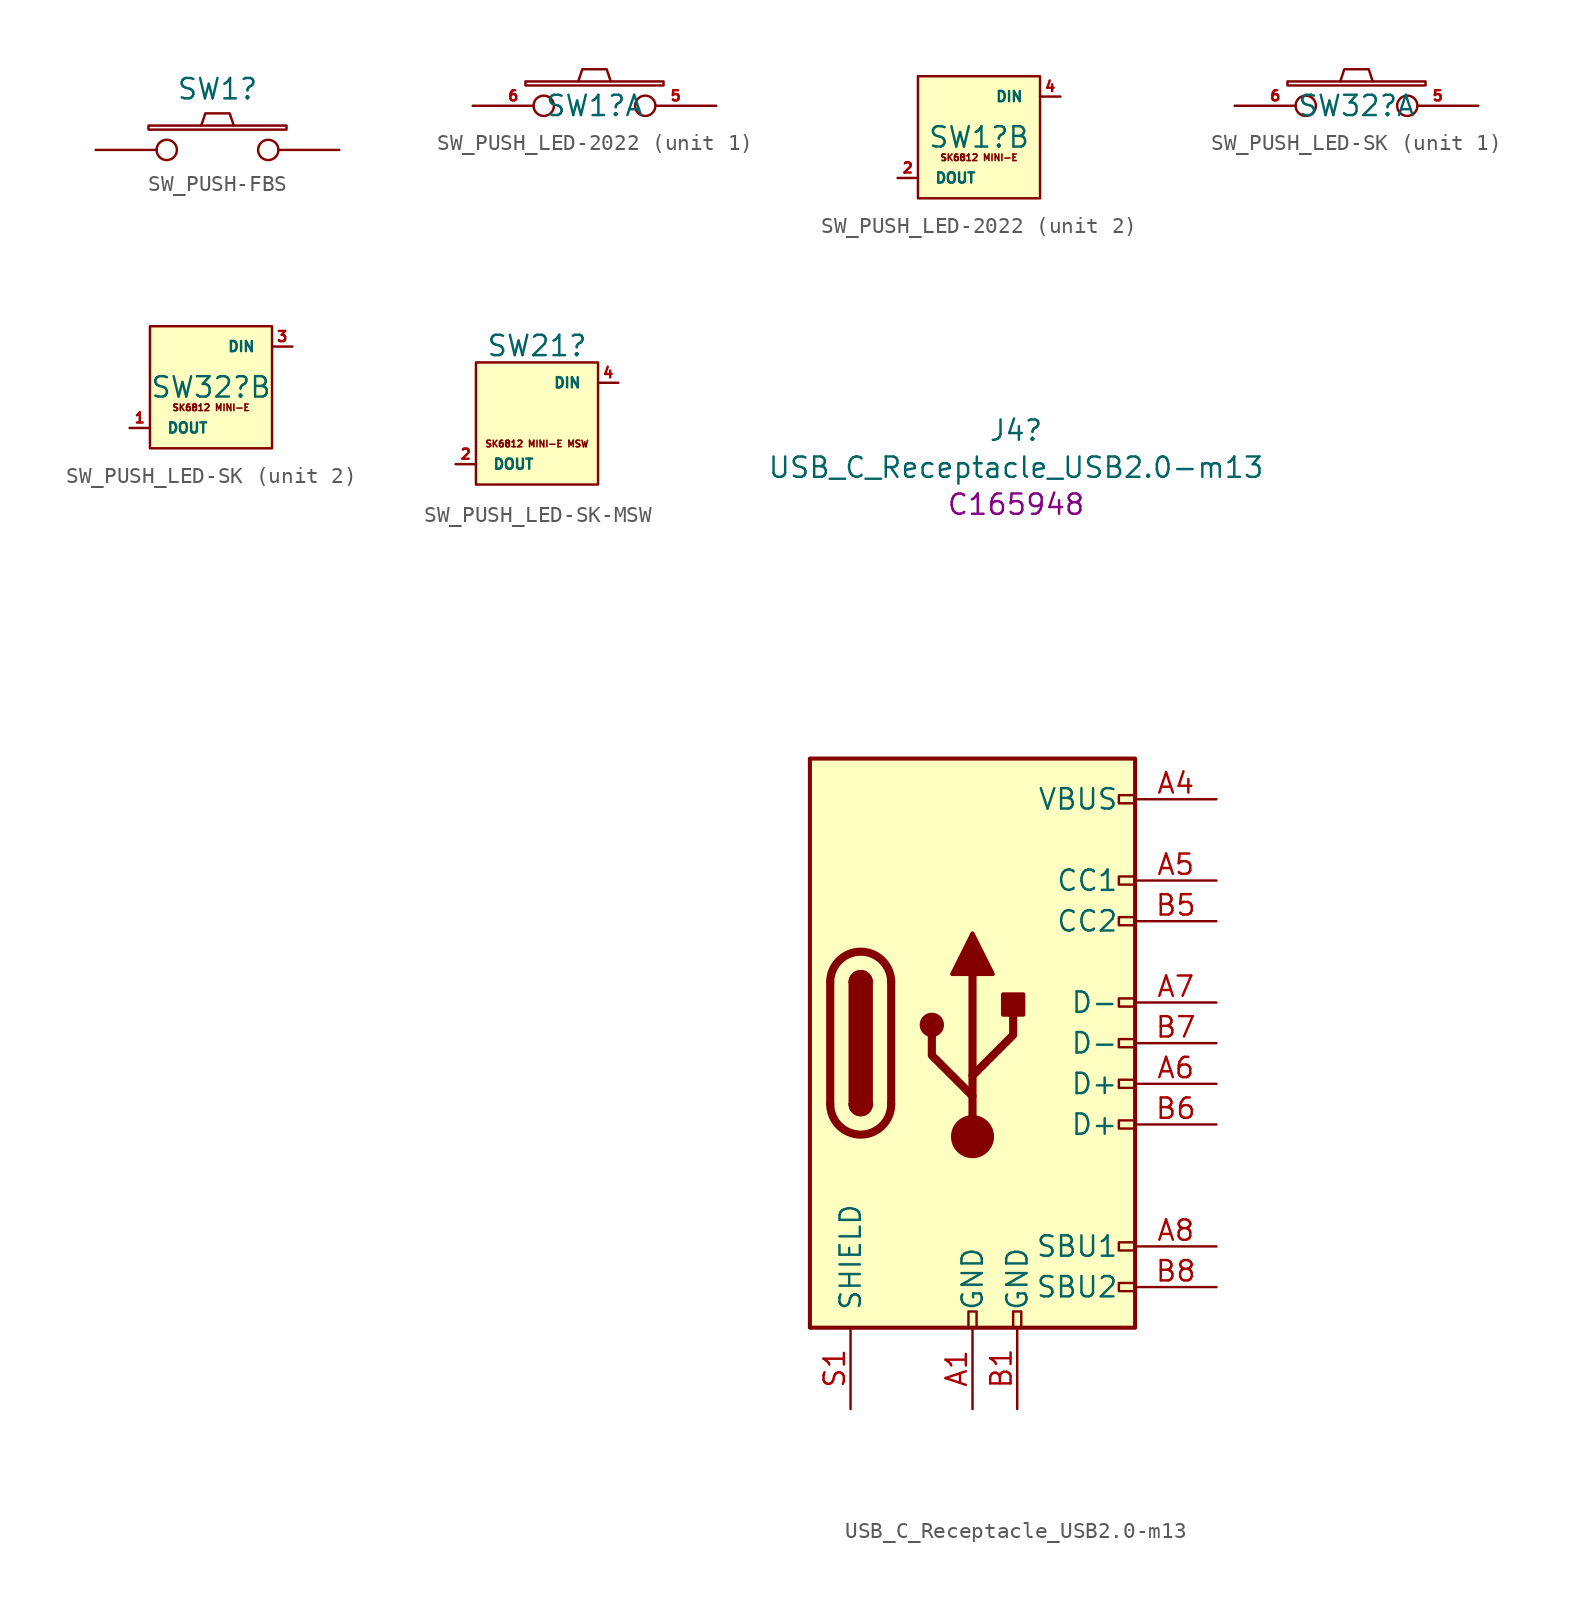
<source format=kicad_sym>
(kicad_symbol_lib
  (version 20211014)
  (generator kicad_symbol_editor)
  (symbol "SW_PUSH-FBS"
    (pin_numbers hide)
    (pin_names
      (offset 1.016) hide)
    (property "Reference" "SW1"
      (at 0 3.81 0)
      (effects (font (size 1.27 1.27))))
    (symbol "SW_PUSH-FBS_0_1"
      (rectangle (start -4.318 1.27) (end 4.318 1.524) (stroke (width 0) (type default) (color 0 0 0 0)) (fill (type none)))
      (polyline (pts (xy -1.016 1.524) (xy -0.762 2.286) (xy 0.762 2.286) (xy 1.016 1.524)) (stroke (width 0) (type default) (color 0 0 0 0)) (fill (type none)))
      (pin passive inverted (at 7.62 0 180) (length 5.08) (name "1" (effects (font (size 1.27 1.27)))) (number "1" (effects (font (size 1.27 1.27)))))
      (pin passive inverted (at -7.62 0 0) (length 5.08) (name "2" (effects (font (size 1.27 1.27)))) (number "2" (effects (font (size 1.27 1.27)))))))
  (symbol "SW_PUSH_LED-2022"
    (pin_names
      (offset 1.016))
    (property "Reference" "SW1"
      (at 0 0 0)
      (effects (font (size 1.27 1.27))))
    (property "ki_locked" ""
      (at 0 0 0)
      (effects (font (size 1.27 1.27))))
    (symbol "SW_PUSH_LED-2022_1_1"
      (rectangle (start -4.318 1.27) (end 4.318 1.524) (stroke (width 0) (type default) (color 0 0 0 0)) (fill (type none)))
      (polyline (pts (xy -1.016 1.524) (xy -0.762 2.286) (xy 0.762 2.286) (xy 1.016 1.524)) (stroke (width 0) (type default) (color 0 0 0 0)) (fill (type none)))
      (pin passive inverted (at 7.62 0 180) (length 5.08) (name "~" (effects (font (size 0.61 0.61)))) (number "5" (effects (font (size 0.635 0.635)))))
      (pin passive inverted (at -7.62 0 0) (length 5.08) (name "~" (effects (font (size 0.61 0.61)))) (number "6" (effects (font (size 0.635 0.635))))))
    (symbol "SW_PUSH_LED-2022_2_0"
      (text "SK6812 MINI-E" (at 0 -1.27 0) (effects (font (size 0.406 0.406)))))
    (symbol "SW_PUSH_LED-2022_2_1"
      (rectangle (start 3.81 -3.81) (end -3.81 3.81) (stroke (width 0) (type default) (color 0 0 0 0)) (fill (type background)))
      (pin power_in line (at -5.08 2.54 0) (length 1.27) hide (name "VDD" (effects (font (size 0.635 0.635)))) (number "1" (effects (font (size 0.635 0.635)))))
      (pin output line (at -5.08 -2.54 0) (length 1.27) (name "DOUT" (effects (font (size 0.635 0.635)))) (number "2" (effects (font (size 0.635 0.635)))))
      (pin power_in line (at 5.08 -2.54 180) (length 1.27) hide (name "GND" (effects (font (size 0.635 0.635)))) (number "3" (effects (font (size 0.635 0.635)))))
      (pin input line (at 5.08 2.54 180) (length 1.27) (name "DIN" (effects (font (size 0.635 0.635)))) (number "4" (effects (font (size 0.635 0.635)))))))
  (symbol "SW_PUSH_LED-SK"
    (pin_names
      (offset 1.016))
    (property "Reference" "SW32"
      (at 0 0 0)
      (effects (font (size 1.27 1.27))))
    (property "ki_locked" ""
      (at 0 0 0)
      (effects (font (size 1.27 1.27))))
    (symbol "SW_PUSH_LED-SK_1_1"
      (rectangle (start -4.318 1.27) (end 4.318 1.524) (stroke (width 0) (type default) (color 0 0 0 0)) (fill (type none)))
      (polyline (pts (xy -1.016 1.524) (xy -0.762 2.286) (xy 0.762 2.286) (xy 1.016 1.524)) (stroke (width 0) (type default) (color 0 0 0 0)) (fill (type none)))
      (pin passive inverted (at 7.62 0 180) (length 5.08) (name "~" (effects (font (size 0.61 0.61)))) (number "5" (effects (font (size 0.635 0.635)))))
      (pin passive inverted (at -7.62 0 0) (length 5.08) (name "~" (effects (font (size 0.61 0.61)))) (number "6" (effects (font (size 0.635 0.635))))))
    (symbol "SW_PUSH_LED-SK_2_0"
      (text "SK6812 MINI-E" (at 0 -1.27 0) (effects (font (size 0.406 0.406))))
      (pin input line (at 5.08 2.54 180) (length 1.27) (name "DIN" (effects (font (size 0.635 0.635)))) (number "3" (effects (font (size 0.635 0.635))))))
    (symbol "SW_PUSH_LED-SK_2_1"
      (rectangle (start 3.81 -3.81) (end -3.81 3.81) (stroke (width 0) (type default) (color 0 0 0 0)) (fill (type background)))
      (pin output line (at -5.08 -2.54 0) (length 1.27) (name "DOUT" (effects (font (size 0.635 0.635)))) (number "1" (effects (font (size 0.635 0.635)))))
      (pin power_in line (at 5.08 -2.54 180) (length 1.27) hide (name "GND" (effects (font (size 0.635 0.635)))) (number "2" (effects (font (size 0.635 0.635)))))
      (pin power_in line (at -5.08 2.54 0) (length 1.27) hide (name "VDD" (effects (font (size 0.635 0.635)))) (number "4" (effects (font (size 0.635 0.635)))))))
  (symbol "SW_PUSH_LED-SK-MSW"
    (pin_names
      (offset 1.016))
    (property "Reference" "SW21"
      (at 0 4.846 0)
      (effects (font (size 1.27 1.27))))
    (symbol "SW_PUSH_LED-SK-MSW_1_0"
      (text "SK6812 MINI-E MSW" (at 0 -1.27 0) (effects (font (size 0.406 0.406))))
      (pin input line (at 5.08 2.54 180) (length 1.27) (name "DIN" (effects (font (size 0.635 0.635)))) (number "4" (effects (font (size 0.635 0.635))))))
    (symbol "SW_PUSH_LED-SK-MSW_1_1"
      (rectangle (start 3.81 -3.81) (end -3.81 3.81) (stroke (width 0) (type default) (color 0 0 0 0)) (fill (type background)))
      (pin power_in line (at -5.08 2.54 0) (length 1.27) hide (name "VDD" (effects (font (size 0.635 0.635)))) (number "1" (effects (font (size 0.635 0.635)))))
      (pin output line (at -5.08 -2.54 0) (length 1.27) (name "DOUT" (effects (font (size 0.635 0.635)))) (number "2" (effects (font (size 0.635 0.635)))))
      (pin power_in line (at 5.08 -2.54 180) (length 1.27) hide (name "GND" (effects (font (size 0.635 0.635)))) (number "3" (effects (font (size 0.635 0.635)))))))
  (symbol "USB_C_Receptacle_USB2.0-m13"
    (pin_names
      (offset 1.016))
    (property "Reference" "J4"
      (at 2.718 38.278 0)
      (effects (font (size 1.27 1.27))))
    (property "Value" "USB_C_Receptacle_USB2.0-m13"
      (at 2.718 35.966 0)
      (effects (font (size 1.27 1.27))))
    (property "LCSC" "C165948"
      (at 2.718 33.655 0)
      (effects (font (size 1.27 1.27))))
    (symbol "USB_C_Receptacle_USB2.0-m13_0_0"
      (rectangle (start -0.254 -17.78) (end 0.254 -16.764) (stroke (width 0) (type default) (color 0 0 0 0)) (fill (type none)))
      (rectangle (start 2.54 -17.78) (end 3.048 -16.764) (stroke (width 0) (type default) (color 0 0 0 0)) (fill (type none)))
      (rectangle (start 10.16 -14.986) (end 9.144 -15.494) (stroke (width 0) (type default) (color 0 0 0 0)) (fill (type none)))
      (rectangle (start 10.16 -12.446) (end 9.144 -12.954) (stroke (width 0) (type default) (color 0 0 0 0)) (fill (type none)))
      (rectangle (start 10.16 -4.826) (end 9.144 -5.334) (stroke (width 0) (type default) (color 0 0 0 0)) (fill (type none)))
      (rectangle (start 10.16 -2.286) (end 9.144 -2.794) (stroke (width 0) (type default) (color 0 0 0 0)) (fill (type none)))
      (rectangle (start 10.16 0.254) (end 9.144 -0.254) (stroke (width 0) (type default) (color 0 0 0 0)) (fill (type none)))
      (rectangle (start 10.16 2.794) (end 9.144 2.286) (stroke (width 0) (type default) (color 0 0 0 0)) (fill (type none)))
      (rectangle (start 10.16 7.874) (end 9.144 7.366) (stroke (width 0) (type default) (color 0 0 0 0)) (fill (type none)))
      (rectangle (start 10.16 10.414) (end 9.144 9.906) (stroke (width 0) (type default) (color 0 0 0 0)) (fill (type none)))
      (rectangle (start 10.16 15.494) (end 9.144 14.986) (stroke (width 0) (type default) (color 0 0 0 0)) (fill (type none))))
    (symbol "USB_C_Receptacle_USB2.0-m13_0_1"
      (rectangle (start -10.16 17.78) (end 10.16 -17.78) (stroke (width 0.254) (type default) (color 0 0 0 0)) (fill (type background)))
      (arc (start -8.89 -3.81) (mid -6.985 -5.715) (end -5.08 -3.81) (stroke (width 0.508) (type default) (color 0 0 0 0)) (fill (type none)))
      (arc (start -7.62 -3.81) (mid -6.985 -4.445) (end -6.35 -3.81) (stroke (width 0.254) (type default) (color 0 0 0 0)) (fill (type none)))
      (arc (start -7.62 -3.81) (mid -6.985 -4.445) (end -6.35 -3.81) (stroke (width 0.254) (type default) (color 0 0 0 0)) (fill (type outline)))
      (rectangle (start -7.62 -3.81) (end -6.35 3.81) (stroke (width 0.254) (type default) (color 0 0 0 0)) (fill (type outline)))
      (arc (start -6.35 3.81) (mid -6.985 4.445) (end -7.62 3.81) (stroke (width 0.254) (type default) (color 0 0 0 0)) (fill (type none)))
      (arc (start -6.35 3.81) (mid -6.985 4.445) (end -7.62 3.81) (stroke (width 0.254) (type default) (color 0 0 0 0)) (fill (type outline)))
      (arc (start -5.08 3.81) (mid -6.985 5.715) (end -8.89 3.81) (stroke (width 0.508) (type default) (color 0 0 0 0)) (fill (type none)))
      (circle (center -2.54 1.143) (radius 0.635) (stroke (width 0.254) (type default) (color 0 0 0 0)) (fill (type outline)))
      (circle (center 0 -5.842) (radius 1.27) (stroke (width 0) (type default) (color 0 0 0 0)) (fill (type outline)))
      (polyline (pts (xy -8.89 -3.81) (xy -8.89 3.81)) (stroke (width 0.508) (type default) (color 0 0 0 0)) (fill (type none)))
      (polyline (pts (xy -5.08 3.81) (xy -5.08 -3.81)) (stroke (width 0.508) (type default) (color 0 0 0 0)) (fill (type none)))
      (polyline (pts (xy 0 -5.842) (xy 0 4.318)) (stroke (width 0.508) (type default) (color 0 0 0 0)) (fill (type none)))
      (polyline (pts (xy 0 -3.302) (xy -2.54 -0.762) (xy -2.54 0.508)) (stroke (width 0.508) (type default) (color 0 0 0 0)) (fill (type none)))
      (polyline (pts (xy 0 -2.032) (xy 2.54 0.508) (xy 2.54 1.778)) (stroke (width 0.508) (type default) (color 0 0 0 0)) (fill (type none)))
      (polyline (pts (xy -1.27 4.318) (xy 0 6.858) (xy 1.27 4.318) (xy -1.27 4.318)) (stroke (width 0.254) (type default) (color 0 0 0 0)) (fill (type outline)))
      (rectangle (start 1.905 1.778) (end 3.175 3.048) (stroke (width 0.254) (type default) (color 0 0 0 0)) (fill (type outline))))
    (symbol "USB_C_Receptacle_USB2.0-m13_1_1"
      (pin passive line (at 0 -22.86 90) (length 5.08) (name "GND" (effects (font (size 1.27 1.27)))) (number "A1" (effects (font (size 1.27 1.27)))))
      (pin passive line (at 0 -22.86 90) (length 5.08) hide (name "GND" (effects (font (size 1.27 1.27)))) (number "A12" (effects (font (size 1.27 1.27)))))
      (pin passive line (at 15.24 15.24 180) (length 5.08) (name "VBUS" (effects (font (size 1.27 1.27)))) (number "A4" (effects (font (size 1.27 1.27)))))
      (pin bidirectional line (at 15.24 10.16 180) (length 5.08) (name "CC1" (effects (font (size 1.27 1.27)))) (number "A5" (effects (font (size 1.27 1.27)))))
      (pin bidirectional line (at 15.24 -2.54 180) (length 5.08) (name "D+" (effects (font (size 1.27 1.27)))) (number "A6" (effects (font (size 1.27 1.27)))))
      (pin bidirectional line (at 15.24 2.54 180) (length 5.08) (name "D-" (effects (font (size 1.27 1.27)))) (number "A7" (effects (font (size 1.27 1.27)))))
      (pin bidirectional line (at 15.24 -12.7 180) (length 5.08) (name "SBU1" (effects (font (size 1.27 1.27)))) (number "A8" (effects (font (size 1.27 1.27)))))
      (pin passive line (at 15.24 15.24 180) (length 5.08) hide (name "VBUS" (effects (font (size 1.27 1.27)))) (number "A9" (effects (font (size 1.27 1.27)))))
      (pin passive line (at 0 -22.86 90) (length 5.08) hide (name "GND" (effects (font (size 1.27 1.27)))) (number "B1" (effects (font (size 1.27 1.27)))))
      (pin passive line (at 2.794 -22.86 90) (length 5.08) (name "GND" (effects (font (size 1.27 1.27)))) (number "B1" (effects (font (size 1.27 1.27)))))
      (pin passive line (at 0 -22.86 90) (length 5.08) hide (name "GND" (effects (font (size 1.27 1.27)))) (number "B12" (effects (font (size 1.27 1.27)))))
      (pin passive line (at 15.24 15.24 180) (length 5.08) hide (name "VBUS" (effects (font (size 1.27 1.27)))) (number "B4" (effects (font (size 1.27 1.27)))))
      (pin bidirectional line (at 15.24 7.62 180) (length 5.08) (name "CC2" (effects (font (size 1.27 1.27)))) (number "B5" (effects (font (size 1.27 1.27)))))
      (pin bidirectional line (at 15.24 -5.08 180) (length 5.08) (name "D+" (effects (font (size 1.27 1.27)))) (number "B6" (effects (font (size 1.27 1.27)))))
      (pin bidirectional line (at 15.24 0 180) (length 5.08) (name "D-" (effects (font (size 1.27 1.27)))) (number "B7" (effects (font (size 1.27 1.27)))))
      (pin bidirectional line (at 15.24 -15.24 180) (length 5.08) (name "SBU2" (effects (font (size 1.27 1.27)))) (number "B8" (effects (font (size 1.27 1.27)))))
      (pin passive line (at 15.24 15.24 180) (length 5.08) hide (name "VBUS" (effects (font (size 1.27 1.27)))) (number "B9" (effects (font (size 1.27 1.27)))))
      (pin passive line (at -7.62 -22.86 90) (length 5.08) (name "SHIELD" (effects (font (size 1.27 1.27)))) (number "S1" (effects (font (size 1.27 1.27))))))))
</source>
